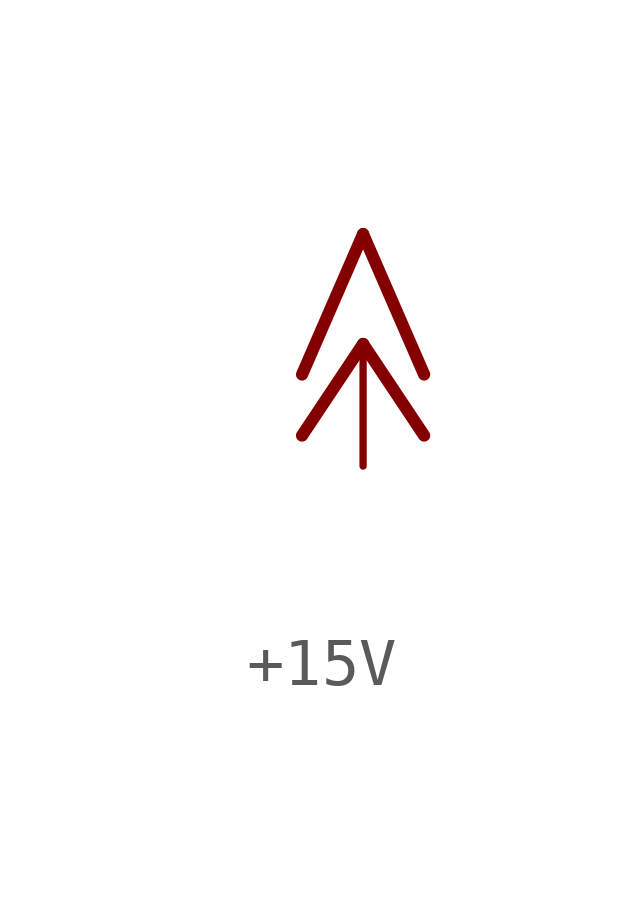
<source format=kicad_sym>
(kicad_symbol_lib
  (version 20231120)
  (generator "kicad_symbol_editor")
  (generator_version "8.0")
  (symbol "+15V"
    (power)
    (property "Reference" "#P+"
      (at 0 0 0)
      (effects (font (size 1.27 1.27)) (hide yes)))
    (property "Value" ""
      (at -2.54 -5.08 90)
      (effects (font (size 1.778 1.511)) (justify left bottom)))
    (property "ki_locked" ""
      (at 0 0 0)
      (effects (font (size 1.27 1.27))))
    (symbol "+15V_1_0"
      (polyline (pts (xy 0 0) (xy -1.27 -1.905)) (stroke (width 0.254) (type solid)) (fill (type none)))
      (polyline (pts (xy 0 2.286) (xy -1.27 -0.635)) (stroke (width 0.254) (type solid)) (fill (type none)))
      (polyline (pts (xy 1.27 -1.905) (xy 0 0)) (stroke (width 0.254) (type solid)) (fill (type none)))
      (polyline (pts (xy 1.27 -0.635) (xy 0 2.286)) (stroke (width 0.254) (type solid)) (fill (type none)))
      (pin power_in line (at 0 -2.54 90) (length 2.54) (name "+15V" (effects (font (size 0 0)))) (number "1" (effects (font (size 0 0))))))))
</source>
